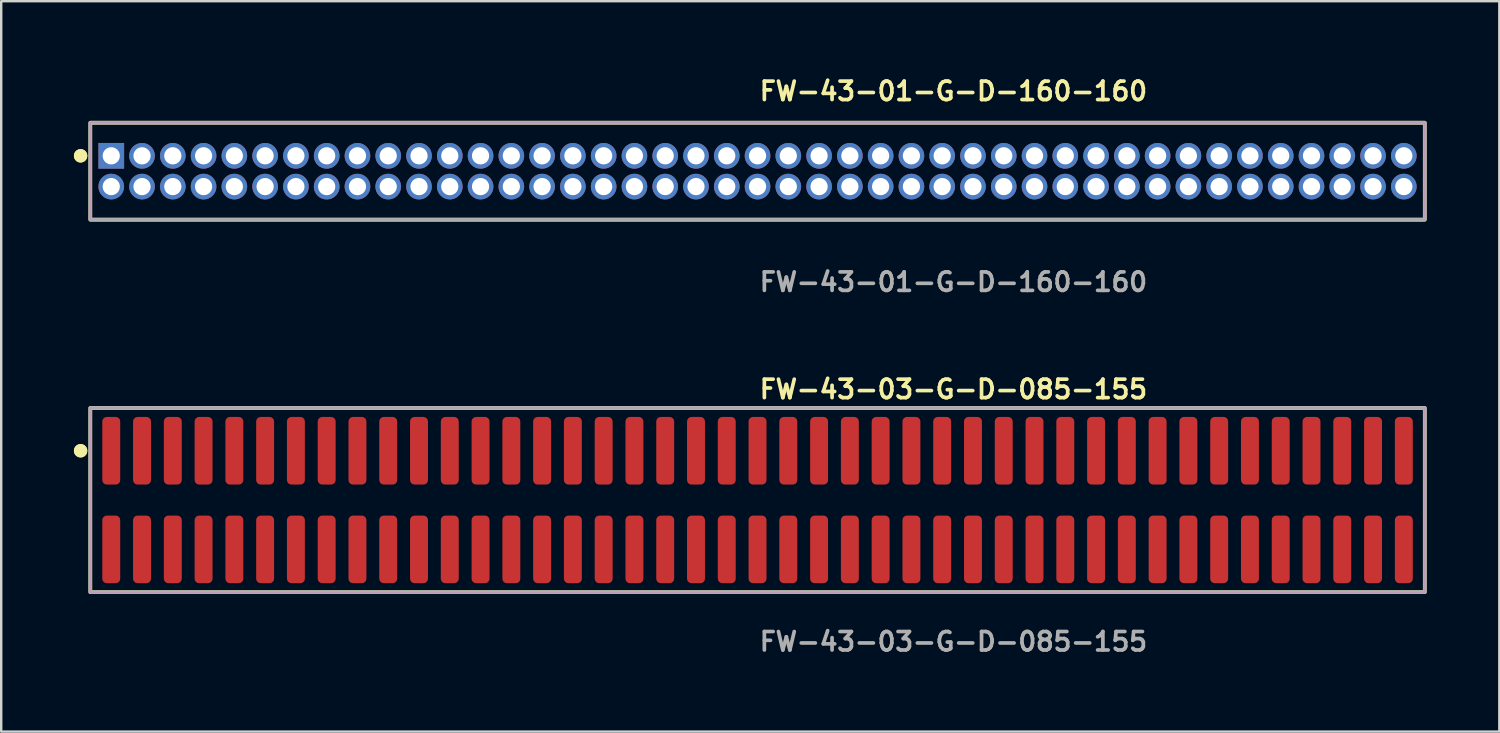
<source format=kicad_pcb>
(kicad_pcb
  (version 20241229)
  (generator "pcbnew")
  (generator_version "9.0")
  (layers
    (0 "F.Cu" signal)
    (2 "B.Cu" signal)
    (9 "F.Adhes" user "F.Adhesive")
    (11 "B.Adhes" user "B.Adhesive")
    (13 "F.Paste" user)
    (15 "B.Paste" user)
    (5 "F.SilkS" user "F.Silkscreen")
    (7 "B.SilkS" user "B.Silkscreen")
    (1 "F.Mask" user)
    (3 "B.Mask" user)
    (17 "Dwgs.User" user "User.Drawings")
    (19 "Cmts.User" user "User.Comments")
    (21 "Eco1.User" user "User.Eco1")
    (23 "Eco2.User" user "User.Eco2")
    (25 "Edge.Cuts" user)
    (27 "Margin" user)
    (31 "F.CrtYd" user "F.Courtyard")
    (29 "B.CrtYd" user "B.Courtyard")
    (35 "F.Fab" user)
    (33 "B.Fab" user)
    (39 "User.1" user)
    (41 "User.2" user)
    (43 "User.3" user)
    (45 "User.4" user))
  (footprint "FW-43-03-G-D-085-155"
    (layer "F.Cu")
    (at 28.211 17.586)
    (property "Reference" "FW-43-03-G-D-085-155" (at 0 -4.572 0) (unlocked yes) (layer "F.SilkS") (effects (font (size 0.762 0.762) (thickness 0.152)) (justify left)))
    (fp_rect (start -27.535 3.8) (end 27.535 -3.8) (stroke (width 0.152) (type solid)) (fill no) (layer "F.SilkS"))
    (fp_circle (center -27.935 -2.035) (end -28.135 -2.035) (stroke (width 0.152) (type solid)) (fill yes) (layer "F.SilkS"))
    (fp_circle (center -27.935 -2.035) (end -28.135 -2.035) (stroke (width 0.152) (type solid)) (fill yes) (layer "F.SilkS"))
    (fp_rect (start -27.535 3.8) (end 27.535 -3.8) (stroke (width 0.006) (type solid)) (fill no) (layer "F.CrtYd"))
    (fp_rect (start -27.535 3.8) (end 27.535 -3.8) (stroke (width 0.152) (type solid)) (fill no) (layer "F.Fab"))
    (fp_text user "${REFERENCE}" (at 0 5.842 0) (unlocked yes) (layer "F.Fab") (effects (font (size 0.762 0.762) (thickness 0.152)) (justify left)))
    (pad "1" smd roundrect (at -26.67 -2.035) (size 0.74 2.79) (layers "F.Cu" "F.Paste") (roundrect_rratio 0.25))
    (pad "2" smd roundrect (at -26.67 2.035) (size 0.74 2.79) (layers "F.Cu" "F.Paste") (roundrect_rratio 0.25))
    (pad "3" smd roundrect (at -25.4 -2.035) (size 0.74 2.79) (layers "F.Cu" "F.Paste") (roundrect_rratio 0.25))
    (pad "4" smd roundrect (at -25.4 2.035) (size 0.74 2.79) (layers "F.Cu" "F.Paste") (roundrect_rratio 0.25))
    (pad "5" smd roundrect (at -24.13 -2.035) (size 0.74 2.79) (layers "F.Cu" "F.Paste") (roundrect_rratio 0.25))
    (pad "6" smd roundrect (at -24.13 2.035) (size 0.74 2.79) (layers "F.Cu" "F.Paste") (roundrect_rratio 0.25))
    (pad "7" smd roundrect (at -22.86 -2.035) (size 0.74 2.79) (layers "F.Cu" "F.Paste") (roundrect_rratio 0.25))
    (pad "8" smd roundrect (at -22.86 2.035) (size 0.74 2.79) (layers "F.Cu" "F.Paste") (roundrect_rratio 0.25))
    (pad "9" smd roundrect (at -21.59 -2.035) (size 0.74 2.79) (layers "F.Cu" "F.Paste") (roundrect_rratio 0.25))
    (pad "10" smd roundrect (at -21.59 2.035) (size 0.74 2.79) (layers "F.Cu" "F.Paste") (roundrect_rratio 0.25))
    (pad "11" smd roundrect (at -20.32 -2.035) (size 0.74 2.79) (layers "F.Cu" "F.Paste") (roundrect_rratio 0.25))
    (pad "12" smd roundrect (at -20.32 2.035) (size 0.74 2.79) (layers "F.Cu" "F.Paste") (roundrect_rratio 0.25))
    (pad "13" smd roundrect (at -19.05 -2.035) (size 0.74 2.79) (layers "F.Cu" "F.Paste") (roundrect_rratio 0.25))
    (pad "14" smd roundrect (at -19.05 2.035) (size 0.74 2.79) (layers "F.Cu" "F.Paste") (roundrect_rratio 0.25))
    (pad "15" smd roundrect (at -17.78 -2.035) (size 0.74 2.79) (layers "F.Cu" "F.Paste") (roundrect_rratio 0.25))
    (pad "16" smd roundrect (at -17.78 2.035) (size 0.74 2.79) (layers "F.Cu" "F.Paste") (roundrect_rratio 0.25))
    (pad "17" smd roundrect (at -16.51 -2.035) (size 0.74 2.79) (layers "F.Cu" "F.Paste") (roundrect_rratio 0.25))
    (pad "18" smd roundrect (at -16.51 2.035) (size 0.74 2.79) (layers "F.Cu" "F.Paste") (roundrect_rratio 0.25))
    (pad "19" smd roundrect (at -15.24 -2.035) (size 0.74 2.79) (layers "F.Cu" "F.Paste") (roundrect_rratio 0.25))
    (pad "20" smd roundrect (at -15.24 2.035) (size 0.74 2.79) (layers "F.Cu" "F.Paste") (roundrect_rratio 0.25))
    (pad "21" smd roundrect (at -13.97 -2.035) (size 0.74 2.79) (layers "F.Cu" "F.Paste") (roundrect_rratio 0.25))
    (pad "22" smd roundrect (at -13.97 2.035) (size 0.74 2.79) (layers "F.Cu" "F.Paste") (roundrect_rratio 0.25))
    (pad "23" smd roundrect (at -12.7 -2.035) (size 0.74 2.79) (layers "F.Cu" "F.Paste") (roundrect_rratio 0.25))
    (pad "24" smd roundrect (at -12.7 2.035) (size 0.74 2.79) (layers "F.Cu" "F.Paste") (roundrect_rratio 0.25))
    (pad "25" smd roundrect (at -11.43 -2.035) (size 0.74 2.79) (layers "F.Cu" "F.Paste") (roundrect_rratio 0.25))
    (pad "26" smd roundrect (at -11.43 2.035) (size 0.74 2.79) (layers "F.Cu" "F.Paste") (roundrect_rratio 0.25))
    (pad "27" smd roundrect (at -10.16 -2.035) (size 0.74 2.79) (layers "F.Cu" "F.Paste") (roundrect_rratio 0.25))
    (pad "28" smd roundrect (at -10.16 2.035) (size 0.74 2.79) (layers "F.Cu" "F.Paste") (roundrect_rratio 0.25))
    (pad "29" smd roundrect (at -8.89 -2.035) (size 0.74 2.79) (layers "F.Cu" "F.Paste") (roundrect_rratio 0.25))
    (pad "30" smd roundrect (at -8.89 2.035) (size 0.74 2.79) (layers "F.Cu" "F.Paste") (roundrect_rratio 0.25))
    (pad "31" smd roundrect (at -7.62 -2.035) (size 0.74 2.79) (layers "F.Cu" "F.Paste") (roundrect_rratio 0.25))
    (pad "32" smd roundrect (at -7.62 2.035) (size 0.74 2.79) (layers "F.Cu" "F.Paste") (roundrect_rratio 0.25))
    (pad "33" smd roundrect (at -6.35 -2.035) (size 0.74 2.79) (layers "F.Cu" "F.Paste") (roundrect_rratio 0.25))
    (pad "34" smd roundrect (at -6.35 2.035) (size 0.74 2.79) (layers "F.Cu" "F.Paste") (roundrect_rratio 0.25))
    (pad "35" smd roundrect (at -5.08 -2.035) (size 0.74 2.79) (layers "F.Cu" "F.Paste") (roundrect_rratio 0.25))
    (pad "36" smd roundrect (at -5.08 2.035) (size 0.74 2.79) (layers "F.Cu" "F.Paste") (roundrect_rratio 0.25))
    (pad "37" smd roundrect (at -3.81 -2.035) (size 0.74 2.79) (layers "F.Cu" "F.Paste") (roundrect_rratio 0.25))
    (pad "38" smd roundrect (at -3.81 2.035) (size 0.74 2.79) (layers "F.Cu" "F.Paste") (roundrect_rratio 0.25))
    (pad "39" smd roundrect (at -2.54 -2.035) (size 0.74 2.79) (layers "F.Cu" "F.Paste") (roundrect_rratio 0.25))
    (pad "40" smd roundrect (at -2.54 2.035) (size 0.74 2.79) (layers "F.Cu" "F.Paste") (roundrect_rratio 0.25))
    (pad "41" smd roundrect (at -1.27 -2.035) (size 0.74 2.79) (layers "F.Cu" "F.Paste") (roundrect_rratio 0.25))
    (pad "42" smd roundrect (at -1.27 2.035) (size 0.74 2.79) (layers "F.Cu" "F.Paste") (roundrect_rratio 0.25))
    (pad "43" smd roundrect (at 0 -2.035) (size 0.74 2.79) (layers "F.Cu" "F.Paste") (roundrect_rratio 0.25))
    (pad "44" smd roundrect (at 0 2.035) (size 0.74 2.79) (layers "F.Cu" "F.Paste") (roundrect_rratio 0.25))
    (pad "45" smd roundrect (at 1.27 -2.035) (size 0.74 2.79) (layers "F.Cu" "F.Paste") (roundrect_rratio 0.25))
    (pad "46" smd roundrect (at 1.27 2.035) (size 0.74 2.79) (layers "F.Cu" "F.Paste") (roundrect_rratio 0.25))
    (pad "47" smd roundrect (at 2.54 -2.035) (size 0.74 2.79) (layers "F.Cu" "F.Paste") (roundrect_rratio 0.25))
    (pad "48" smd roundrect (at 2.54 2.035) (size 0.74 2.79) (layers "F.Cu" "F.Paste") (roundrect_rratio 0.25))
    (pad "49" smd roundrect (at 3.81 -2.035) (size 0.74 2.79) (layers "F.Cu" "F.Paste") (roundrect_rratio 0.25))
    (pad "50" smd roundrect (at 3.81 2.035) (size 0.74 2.79) (layers "F.Cu" "F.Paste") (roundrect_rratio 0.25))
    (pad "51" smd roundrect (at 5.08 -2.035) (size 0.74 2.79) (layers "F.Cu" "F.Paste") (roundrect_rratio 0.25))
    (pad "52" smd roundrect (at 5.08 2.035) (size 0.74 2.79) (layers "F.Cu" "F.Paste") (roundrect_rratio 0.25))
    (pad "53" smd roundrect (at 6.35 -2.035) (size 0.74 2.79) (layers "F.Cu" "F.Paste") (roundrect_rratio 0.25))
    (pad "54" smd roundrect (at 6.35 2.035) (size 0.74 2.79) (layers "F.Cu" "F.Paste") (roundrect_rratio 0.25))
    (pad "55" smd roundrect (at 7.62 -2.035) (size 0.74 2.79) (layers "F.Cu" "F.Paste") (roundrect_rratio 0.25))
    (pad "56" smd roundrect (at 7.62 2.035) (size 0.74 2.79) (layers "F.Cu" "F.Paste") (roundrect_rratio 0.25))
    (pad "57" smd roundrect (at 8.89 -2.035) (size 0.74 2.79) (layers "F.Cu" "F.Paste") (roundrect_rratio 0.25))
    (pad "58" smd roundrect (at 8.89 2.035) (size 0.74 2.79) (layers "F.Cu" "F.Paste") (roundrect_rratio 0.25))
    (pad "59" smd roundrect (at 10.16 -2.035) (size 0.74 2.79) (layers "F.Cu" "F.Paste") (roundrect_rratio 0.25))
    (pad "60" smd roundrect (at 10.16 2.035) (size 0.74 2.79) (layers "F.Cu" "F.Paste") (roundrect_rratio 0.25))
    (pad "61" smd roundrect (at 11.43 -2.035) (size 0.74 2.79) (layers "F.Cu" "F.Paste") (roundrect_rratio 0.25))
    (pad "62" smd roundrect (at 11.43 2.035) (size 0.74 2.79) (layers "F.Cu" "F.Paste") (roundrect_rratio 0.25))
    (pad "63" smd roundrect (at 12.7 -2.035) (size 0.74 2.79) (layers "F.Cu" "F.Paste") (roundrect_rratio 0.25))
    (pad "64" smd roundrect (at 12.7 2.035) (size 0.74 2.79) (layers "F.Cu" "F.Paste") (roundrect_rratio 0.25))
    (pad "65" smd roundrect (at 13.97 -2.035) (size 0.74 2.79) (layers "F.Cu" "F.Paste") (roundrect_rratio 0.25))
    (pad "66" smd roundrect (at 13.97 2.035) (size 0.74 2.79) (layers "F.Cu" "F.Paste") (roundrect_rratio 0.25))
    (pad "67" smd roundrect (at 15.24 -2.035) (size 0.74 2.79) (layers "F.Cu" "F.Paste") (roundrect_rratio 0.25))
    (pad "68" smd roundrect (at 15.24 2.035) (size 0.74 2.79) (layers "F.Cu" "F.Paste") (roundrect_rratio 0.25))
    (pad "69" smd roundrect (at 16.51 -2.035) (size 0.74 2.79) (layers "F.Cu" "F.Paste") (roundrect_rratio 0.25))
    (pad "70" smd roundrect (at 16.51 2.035) (size 0.74 2.79) (layers "F.Cu" "F.Paste") (roundrect_rratio 0.25))
    (pad "71" smd roundrect (at 17.78 -2.035) (size 0.74 2.79) (layers "F.Cu" "F.Paste") (roundrect_rratio 0.25))
    (pad "72" smd roundrect (at 17.78 2.035) (size 0.74 2.79) (layers "F.Cu" "F.Paste") (roundrect_rratio 0.25))
    (pad "73" smd roundrect (at 19.05 -2.035) (size 0.74 2.79) (layers "F.Cu" "F.Paste") (roundrect_rratio 0.25))
    (pad "74" smd roundrect (at 19.05 2.035) (size 0.74 2.79) (layers "F.Cu" "F.Paste") (roundrect_rratio 0.25))
    (pad "75" smd roundrect (at 20.32 -2.035) (size 0.74 2.79) (layers "F.Cu" "F.Paste") (roundrect_rratio 0.25))
    (pad "76" smd roundrect (at 20.32 2.035) (size 0.74 2.79) (layers "F.Cu" "F.Paste") (roundrect_rratio 0.25))
    (pad "77" smd roundrect (at 21.59 -2.035) (size 0.74 2.79) (layers "F.Cu" "F.Paste") (roundrect_rratio 0.25))
    (pad "78" smd roundrect (at 21.59 2.035) (size 0.74 2.79) (layers "F.Cu" "F.Paste") (roundrect_rratio 0.25))
    (pad "79" smd roundrect (at 22.86 -2.035) (size 0.74 2.79) (layers "F.Cu" "F.Paste") (roundrect_rratio 0.25))
    (pad "80" smd roundrect (at 22.86 2.035) (size 0.74 2.79) (layers "F.Cu" "F.Paste") (roundrect_rratio 0.25))
    (pad "81" smd roundrect (at 24.13 -2.035) (size 0.74 2.79) (layers "F.Cu" "F.Paste") (roundrect_rratio 0.25))
    (pad "82" smd roundrect (at 24.13 2.035) (size 0.74 2.79) (layers "F.Cu" "F.Paste") (roundrect_rratio 0.25))
    (pad "83" smd roundrect (at 25.4 -2.035) (size 0.74 2.79) (layers "F.Cu" "F.Paste") (roundrect_rratio 0.25))
    (pad "84" smd roundrect (at 25.4 2.035) (size 0.74 2.79) (layers "F.Cu" "F.Paste") (roundrect_rratio 0.25))
    (pad "85" smd roundrect (at 26.67 -2.035) (size 0.74 2.79) (layers "F.Cu" "F.Paste") (roundrect_rratio 0.25))
    (pad "86" smd roundrect (at 26.67 2.035) (size 0.74 2.79) (layers "F.Cu" "F.Paste") (roundrect_rratio 0.25)))
  (footprint "FW-43-01-G-D-160-160"
    (layer "F.Cu")
    (at 28.211 4.015)
    (property "Reference" "FW-43-01-G-D-160-160" (at 0 -3.302 0) (unlocked yes) (layer "F.SilkS") (effects (font (size 0.762 0.762) (thickness 0.152)) (justify left)))
    (fp_rect (start -27.535 2) (end 27.535 -2) (stroke (width 0.152) (type solid)) (fill no) (layer "F.SilkS"))
    (fp_circle (center -27.935 -0.635) (end -28.135 -0.635) (stroke (width 0.152) (type solid)) (fill yes) (layer "F.SilkS"))
    (fp_circle (center -27.935 -0.635) (end -28.135 -0.635) (stroke (width 0.152) (type solid)) (fill yes) (layer "F.SilkS"))
    (fp_rect (start -27.535 2) (end 27.535 -2) (stroke (width 0.006) (type solid)) (fill no) (layer "F.CrtYd"))
    (fp_rect (start -27.535 2) (end 27.535 -2) (stroke (width 0.152) (type solid)) (fill no) (layer "F.Fab"))
    (fp_text user "${REFERENCE}" (at 0 4.572 0) (unlocked yes) (layer "F.Fab") (effects (font (size 0.762 0.762) (thickness 0.152)) (justify left)))
    (pad "1" thru_hole rect (at -26.67 -0.635) (size 1.06 1.06) (drill 0.71) (layers "*.Cu" "*.Mask"))
    (pad "2" thru_hole circle (at -26.67 0.635) (size 1.06 1.06) (drill 0.71) (layers "*.Cu" "*.Mask"))
    (pad "3" thru_hole circle (at -25.4 -0.635) (size 1.06 1.06) (drill 0.71) (layers "*.Cu" "*.Mask"))
    (pad "4" thru_hole circle (at -25.4 0.635) (size 1.06 1.06) (drill 0.71) (layers "*.Cu" "*.Mask"))
    (pad "5" thru_hole circle (at -24.13 -0.635) (size 1.06 1.06) (drill 0.71) (layers "*.Cu" "*.Mask"))
    (pad "6" thru_hole circle (at -24.13 0.635) (size 1.06 1.06) (drill 0.71) (layers "*.Cu" "*.Mask"))
    (pad "7" thru_hole circle (at -22.86 -0.635) (size 1.06 1.06) (drill 0.71) (layers "*.Cu" "*.Mask"))
    (pad "8" thru_hole circle (at -22.86 0.635) (size 1.06 1.06) (drill 0.71) (layers "*.Cu" "*.Mask"))
    (pad "9" thru_hole circle (at -21.59 -0.635) (size 1.06 1.06) (drill 0.71) (layers "*.Cu" "*.Mask"))
    (pad "10" thru_hole circle (at -21.59 0.635) (size 1.06 1.06) (drill 0.71) (layers "*.Cu" "*.Mask"))
    (pad "11" thru_hole circle (at -20.32 -0.635) (size 1.06 1.06) (drill 0.71) (layers "*.Cu" "*.Mask"))
    (pad "12" thru_hole circle (at -20.32 0.635) (size 1.06 1.06) (drill 0.71) (layers "*.Cu" "*.Mask"))
    (pad "13" thru_hole circle (at -19.05 -0.635) (size 1.06 1.06) (drill 0.71) (layers "*.Cu" "*.Mask"))
    (pad "14" thru_hole circle (at -19.05 0.635) (size 1.06 1.06) (drill 0.71) (layers "*.Cu" "*.Mask"))
    (pad "15" thru_hole circle (at -17.78 -0.635) (size 1.06 1.06) (drill 0.71) (layers "*.Cu" "*.Mask"))
    (pad "16" thru_hole circle (at -17.78 0.635) (size 1.06 1.06) (drill 0.71) (layers "*.Cu" "*.Mask"))
    (pad "17" thru_hole circle (at -16.51 -0.635) (size 1.06 1.06) (drill 0.71) (layers "*.Cu" "*.Mask"))
    (pad "18" thru_hole circle (at -16.51 0.635) (size 1.06 1.06) (drill 0.71) (layers "*.Cu" "*.Mask"))
    (pad "19" thru_hole circle (at -15.24 -0.635) (size 1.06 1.06) (drill 0.71) (layers "*.Cu" "*.Mask"))
    (pad "20" thru_hole circle (at -15.24 0.635) (size 1.06 1.06) (drill 0.71) (layers "*.Cu" "*.Mask"))
    (pad "21" thru_hole circle (at -13.97 -0.635) (size 1.06 1.06) (drill 0.71) (layers "*.Cu" "*.Mask"))
    (pad "22" thru_hole circle (at -13.97 0.635) (size 1.06 1.06) (drill 0.71) (layers "*.Cu" "*.Mask"))
    (pad "23" thru_hole circle (at -12.7 -0.635) (size 1.06 1.06) (drill 0.71) (layers "*.Cu" "*.Mask"))
    (pad "24" thru_hole circle (at -12.7 0.635) (size 1.06 1.06) (drill 0.71) (layers "*.Cu" "*.Mask"))
    (pad "25" thru_hole circle (at -11.43 -0.635) (size 1.06 1.06) (drill 0.71) (layers "*.Cu" "*.Mask"))
    (pad "26" thru_hole circle (at -11.43 0.635) (size 1.06 1.06) (drill 0.71) (layers "*.Cu" "*.Mask"))
    (pad "27" thru_hole circle (at -10.16 -0.635) (size 1.06 1.06) (drill 0.71) (layers "*.Cu" "*.Mask"))
    (pad "28" thru_hole circle (at -10.16 0.635) (size 1.06 1.06) (drill 0.71) (layers "*.Cu" "*.Mask"))
    (pad "29" thru_hole circle (at -8.89 -0.635) (size 1.06 1.06) (drill 0.71) (layers "*.Cu" "*.Mask"))
    (pad "30" thru_hole circle (at -8.89 0.635) (size 1.06 1.06) (drill 0.71) (layers "*.Cu" "*.Mask"))
    (pad "31" thru_hole circle (at -7.62 -0.635) (size 1.06 1.06) (drill 0.71) (layers "*.Cu" "*.Mask"))
    (pad "32" thru_hole circle (at -7.62 0.635) (size 1.06 1.06) (drill 0.71) (layers "*.Cu" "*.Mask"))
    (pad "33" thru_hole circle (at -6.35 -0.635) (size 1.06 1.06) (drill 0.71) (layers "*.Cu" "*.Mask"))
    (pad "34" thru_hole circle (at -6.35 0.635) (size 1.06 1.06) (drill 0.71) (layers "*.Cu" "*.Mask"))
    (pad "35" thru_hole circle (at -5.08 -0.635) (size 1.06 1.06) (drill 0.71) (layers "*.Cu" "*.Mask"))
    (pad "36" thru_hole circle (at -5.08 0.635) (size 1.06 1.06) (drill 0.71) (layers "*.Cu" "*.Mask"))
    (pad "37" thru_hole circle (at -3.81 -0.635) (size 1.06 1.06) (drill 0.71) (layers "*.Cu" "*.Mask"))
    (pad "38" thru_hole circle (at -3.81 0.635) (size 1.06 1.06) (drill 0.71) (layers "*.Cu" "*.Mask"))
    (pad "39" thru_hole circle (at -2.54 -0.635) (size 1.06 1.06) (drill 0.71) (layers "*.Cu" "*.Mask"))
    (pad "40" thru_hole circle (at -2.54 0.635) (size 1.06 1.06) (drill 0.71) (layers "*.Cu" "*.Mask"))
    (pad "41" thru_hole circle (at -1.27 -0.635) (size 1.06 1.06) (drill 0.71) (layers "*.Cu" "*.Mask"))
    (pad "42" thru_hole circle (at -1.27 0.635) (size 1.06 1.06) (drill 0.71) (layers "*.Cu" "*.Mask"))
    (pad "43" thru_hole circle (at 0 -0.635) (size 1.06 1.06) (drill 0.71) (layers "*.Cu" "*.Mask"))
    (pad "44" thru_hole circle (at 0 0.635) (size 1.06 1.06) (drill 0.71) (layers "*.Cu" "*.Mask"))
    (pad "45" thru_hole circle (at 1.27 -0.635) (size 1.06 1.06) (drill 0.71) (layers "*.Cu" "*.Mask"))
    (pad "46" thru_hole circle (at 1.27 0.635) (size 1.06 1.06) (drill 0.71) (layers "*.Cu" "*.Mask"))
    (pad "47" thru_hole circle (at 2.54 -0.635) (size 1.06 1.06) (drill 0.71) (layers "*.Cu" "*.Mask"))
    (pad "48" thru_hole circle (at 2.54 0.635) (size 1.06 1.06) (drill 0.71) (layers "*.Cu" "*.Mask"))
    (pad "49" thru_hole circle (at 3.81 -0.635) (size 1.06 1.06) (drill 0.71) (layers "*.Cu" "*.Mask"))
    (pad "50" thru_hole circle (at 3.81 0.635) (size 1.06 1.06) (drill 0.71) (layers "*.Cu" "*.Mask"))
    (pad "51" thru_hole circle (at 5.08 -0.635) (size 1.06 1.06) (drill 0.71) (layers "*.Cu" "*.Mask"))
    (pad "52" thru_hole circle (at 5.08 0.635) (size 1.06 1.06) (drill 0.71) (layers "*.Cu" "*.Mask"))
    (pad "53" thru_hole circle (at 6.35 -0.635) (size 1.06 1.06) (drill 0.71) (layers "*.Cu" "*.Mask"))
    (pad "54" thru_hole circle (at 6.35 0.635) (size 1.06 1.06) (drill 0.71) (layers "*.Cu" "*.Mask"))
    (pad "55" thru_hole circle (at 7.62 -0.635) (size 1.06 1.06) (drill 0.71) (layers "*.Cu" "*.Mask"))
    (pad "56" thru_hole circle (at 7.62 0.635) (size 1.06 1.06) (drill 0.71) (layers "*.Cu" "*.Mask"))
    (pad "57" thru_hole circle (at 8.89 -0.635) (size 1.06 1.06) (drill 0.71) (layers "*.Cu" "*.Mask"))
    (pad "58" thru_hole circle (at 8.89 0.635) (size 1.06 1.06) (drill 0.71) (layers "*.Cu" "*.Mask"))
    (pad "59" thru_hole circle (at 10.16 -0.635) (size 1.06 1.06) (drill 0.71) (layers "*.Cu" "*.Mask"))
    (pad "60" thru_hole circle (at 10.16 0.635) (size 1.06 1.06) (drill 0.71) (layers "*.Cu" "*.Mask"))
    (pad "61" thru_hole circle (at 11.43 -0.635) (size 1.06 1.06) (drill 0.71) (layers "*.Cu" "*.Mask"))
    (pad "62" thru_hole circle (at 11.43 0.635) (size 1.06 1.06) (drill 0.71) (layers "*.Cu" "*.Mask"))
    (pad "63" thru_hole circle (at 12.7 -0.635) (size 1.06 1.06) (drill 0.71) (layers "*.Cu" "*.Mask"))
    (pad "64" thru_hole circle (at 12.7 0.635) (size 1.06 1.06) (drill 0.71) (layers "*.Cu" "*.Mask"))
    (pad "65" thru_hole circle (at 13.97 -0.635) (size 1.06 1.06) (drill 0.71) (layers "*.Cu" "*.Mask"))
    (pad "66" thru_hole circle (at 13.97 0.635) (size 1.06 1.06) (drill 0.71) (layers "*.Cu" "*.Mask"))
    (pad "67" thru_hole circle (at 15.24 -0.635) (size 1.06 1.06) (drill 0.71) (layers "*.Cu" "*.Mask"))
    (pad "68" thru_hole circle (at 15.24 0.635) (size 1.06 1.06) (drill 0.71) (layers "*.Cu" "*.Mask"))
    (pad "69" thru_hole circle (at 16.51 -0.635) (size 1.06 1.06) (drill 0.71) (layers "*.Cu" "*.Mask"))
    (pad "70" thru_hole circle (at 16.51 0.635) (size 1.06 1.06) (drill 0.71) (layers "*.Cu" "*.Mask"))
    (pad "71" thru_hole circle (at 17.78 -0.635) (size 1.06 1.06) (drill 0.71) (layers "*.Cu" "*.Mask"))
    (pad "72" thru_hole circle (at 17.78 0.635) (size 1.06 1.06) (drill 0.71) (layers "*.Cu" "*.Mask"))
    (pad "73" thru_hole circle (at 19.05 -0.635) (size 1.06 1.06) (drill 0.71) (layers "*.Cu" "*.Mask"))
    (pad "74" thru_hole circle (at 19.05 0.635) (size 1.06 1.06) (drill 0.71) (layers "*.Cu" "*.Mask"))
    (pad "75" thru_hole circle (at 20.32 -0.635) (size 1.06 1.06) (drill 0.71) (layers "*.Cu" "*.Mask"))
    (pad "76" thru_hole circle (at 20.32 0.635) (size 1.06 1.06) (drill 0.71) (layers "*.Cu" "*.Mask"))
    (pad "77" thru_hole circle (at 21.59 -0.635) (size 1.06 1.06) (drill 0.71) (layers "*.Cu" "*.Mask"))
    (pad "78" thru_hole circle (at 21.59 0.635) (size 1.06 1.06) (drill 0.71) (layers "*.Cu" "*.Mask"))
    (pad "79" thru_hole circle (at 22.86 -0.635) (size 1.06 1.06) (drill 0.71) (layers "*.Cu" "*.Mask"))
    (pad "80" thru_hole circle (at 22.86 0.635) (size 1.06 1.06) (drill 0.71) (layers "*.Cu" "*.Mask"))
    (pad "81" thru_hole circle (at 24.13 -0.635) (size 1.06 1.06) (drill 0.71) (layers "*.Cu" "*.Mask"))
    (pad "82" thru_hole circle (at 24.13 0.635) (size 1.06 1.06) (drill 0.71) (layers "*.Cu" "*.Mask"))
    (pad "83" thru_hole circle (at 25.4 -0.635) (size 1.06 1.06) (drill 0.71) (layers "*.Cu" "*.Mask"))
    (pad "84" thru_hole circle (at 25.4 0.635) (size 1.06 1.06) (drill 0.71) (layers "*.Cu" "*.Mask"))
    (pad "85" thru_hole circle (at 26.67 -0.635) (size 1.06 1.06) (drill 0.71) (layers "*.Cu" "*.Mask"))
    (pad "86" thru_hole circle (at 26.67 0.635) (size 1.06 1.06) (drill 0.71) (layers "*.Cu" "*.Mask")))
  (gr_rect
    (start -3 -3)
    (end 58.822 27.141)
    (stroke (width 0.1) (type default))
    (fill no)
    (layer "Edge.Cuts")))
</source>
